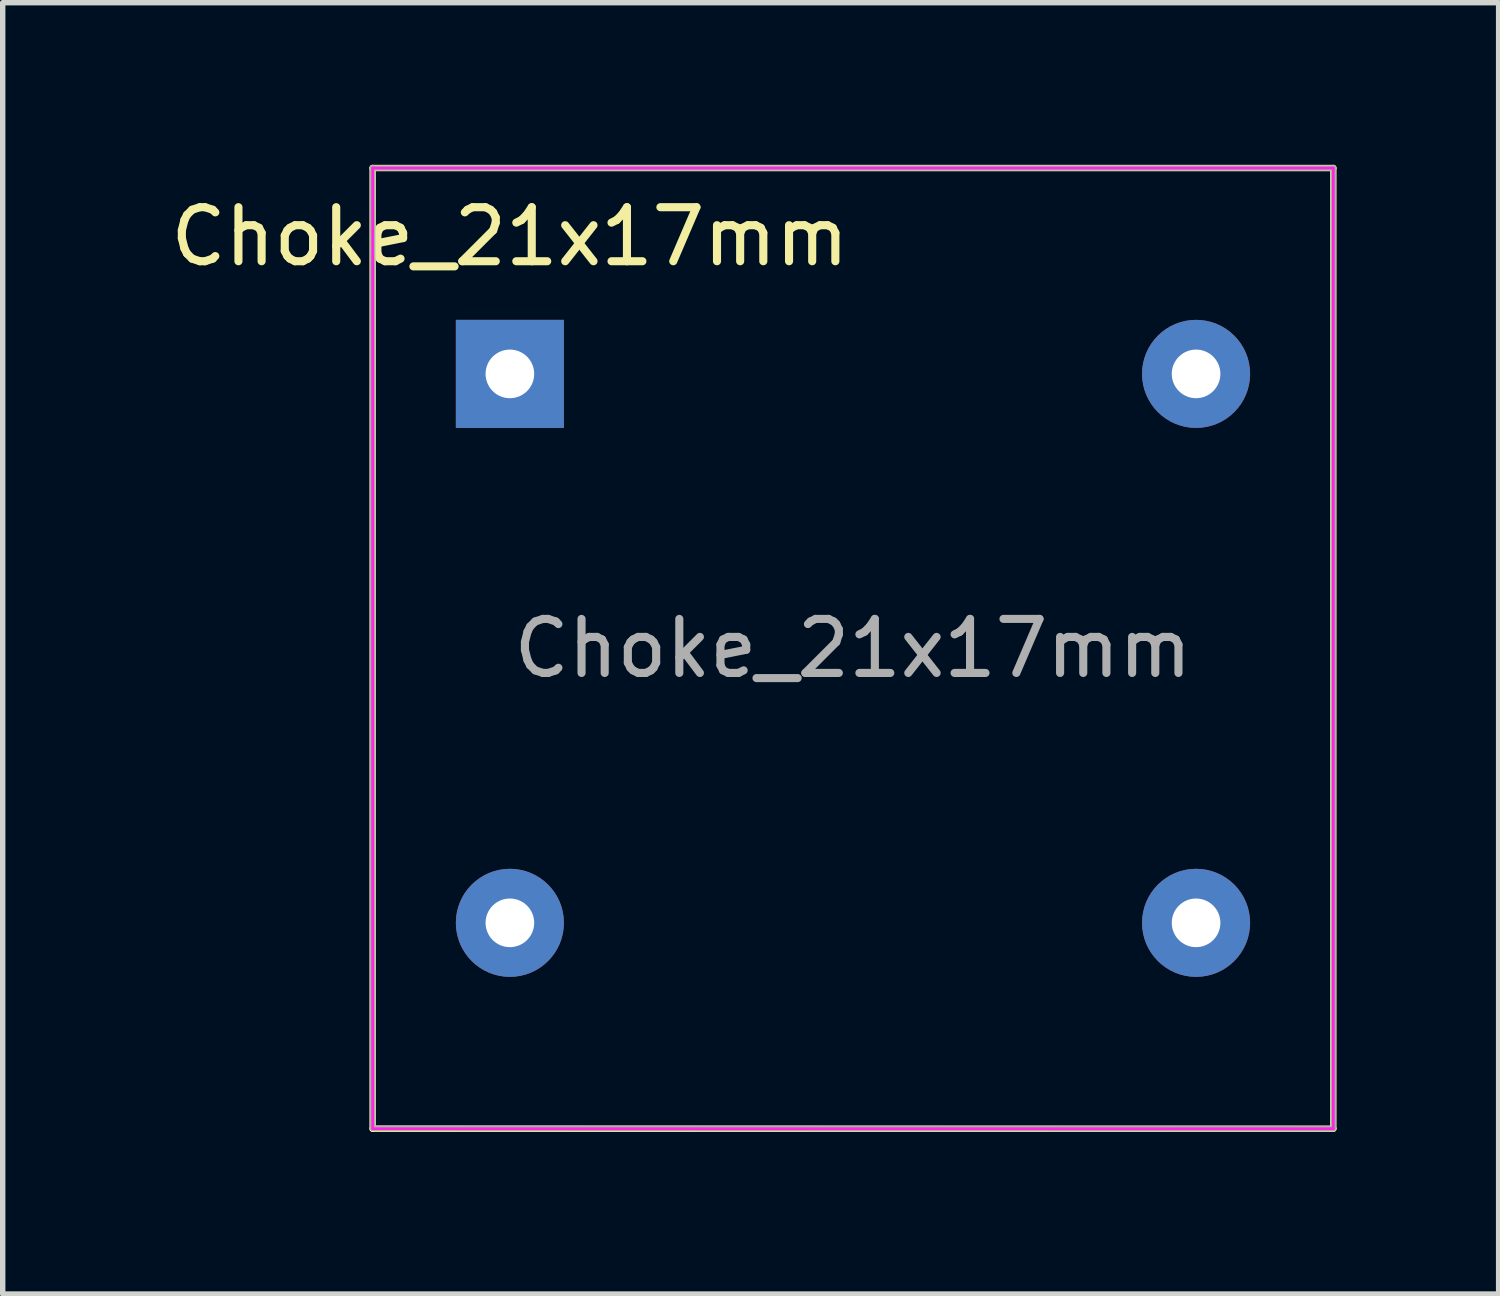
<source format=kicad_pcb>
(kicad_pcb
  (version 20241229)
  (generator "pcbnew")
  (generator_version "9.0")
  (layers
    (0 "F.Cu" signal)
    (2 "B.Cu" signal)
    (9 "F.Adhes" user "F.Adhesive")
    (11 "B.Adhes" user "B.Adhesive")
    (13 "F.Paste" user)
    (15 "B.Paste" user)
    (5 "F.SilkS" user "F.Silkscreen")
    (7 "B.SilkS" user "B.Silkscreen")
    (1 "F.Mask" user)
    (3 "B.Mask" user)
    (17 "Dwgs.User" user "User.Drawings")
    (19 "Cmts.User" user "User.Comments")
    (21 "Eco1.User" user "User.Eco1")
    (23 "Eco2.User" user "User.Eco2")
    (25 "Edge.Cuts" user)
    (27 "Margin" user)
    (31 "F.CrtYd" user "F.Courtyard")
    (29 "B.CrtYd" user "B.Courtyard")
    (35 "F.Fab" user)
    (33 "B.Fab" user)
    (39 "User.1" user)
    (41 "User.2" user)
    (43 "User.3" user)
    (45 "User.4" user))
  (footprint "Choke_21x17mm"
    (layer "F.Cu")
    (at 6.387 3.87)
    (property "Reference" "Choke_21x17mm" (at 0 -2.54 0) (layer "F.SilkS") (effects (font (size 1 1) (thickness 0.15))))
    (attr through_hole)
    (fp_line (start -2.54 -3.81) (end 15.24 -3.81) (stroke (width 0.12) (type solid)) (layer "F.SilkS"))
    (fp_line (start -2.54 13.97) (end -2.54 -3.81) (stroke (width 0.12) (type solid)) (layer "F.SilkS"))
    (fp_line (start 15.24 -3.81) (end 15.24 13.97) (stroke (width 0.12) (type solid)) (layer "F.SilkS"))
    (fp_line (start 15.24 13.97) (end -2.54 13.97) (stroke (width 0.12) (type solid)) (layer "F.SilkS"))
    (fp_line (start -2.54 -3.81) (end -2.54 13.97) (stroke (width 0.05) (type solid)) (layer "F.CrtYd"))
    (fp_line (start -2.54 13.97) (end 15.24 13.97) (stroke (width 0.05) (type solid)) (layer "F.CrtYd"))
    (fp_line (start 15.24 -3.81) (end -2.54 -3.81) (stroke (width 0.05) (type solid)) (layer "F.CrtYd"))
    (fp_line (start 15.24 13.97) (end 15.24 -3.81) (stroke (width 0.05) (type solid)) (layer "F.CrtYd"))
    (fp_line (start -2.54 -3.81) (end 15.24 -3.81) (stroke (width 0.1) (type solid)) (layer "F.Fab"))
    (fp_line (start -2.54 13.96) (end -2.54 -3.81) (stroke (width 0.1) (type solid)) (layer "F.Fab"))
    (fp_line (start 15.24 -3.81) (end 15.24 13.97) (stroke (width 0.1) (type solid)) (layer "F.Fab"))
    (fp_line (start 15.24 13.97) (end -2.54 13.96) (stroke (width 0.1) (type solid)) (layer "F.Fab"))
    (fp_text user "${REFERENCE}" (at 6.35 5.08 0) (layer "F.Fab") (effects (font (size 1 1) (thickness 0.15))))
    (pad "1" thru_hole rect (at 0 0) (size 2 2) (drill 0.9) (layers "*.Cu" "*.Mask"))
    (pad "2" thru_hole circle (at 0 10.16) (size 2 2) (drill 0.9) (layers "*.Cu" "*.Mask"))
    (pad "3" thru_hole circle (at 12.7 0) (size 2 2) (drill 0.9) (layers "*.Cu" "*.Mask"))
    (pad "4" thru_hole circle (at 12.7 10.16) (size 2 2) (drill 0.9) (layers "*.Cu" "*.Mask")))
  (gr_rect
    (start -3 -3)
    (end 24.687 20.9)
    (stroke (width 0.1) (type default))
    (fill no)
    (layer "Edge.Cuts")))
</source>
